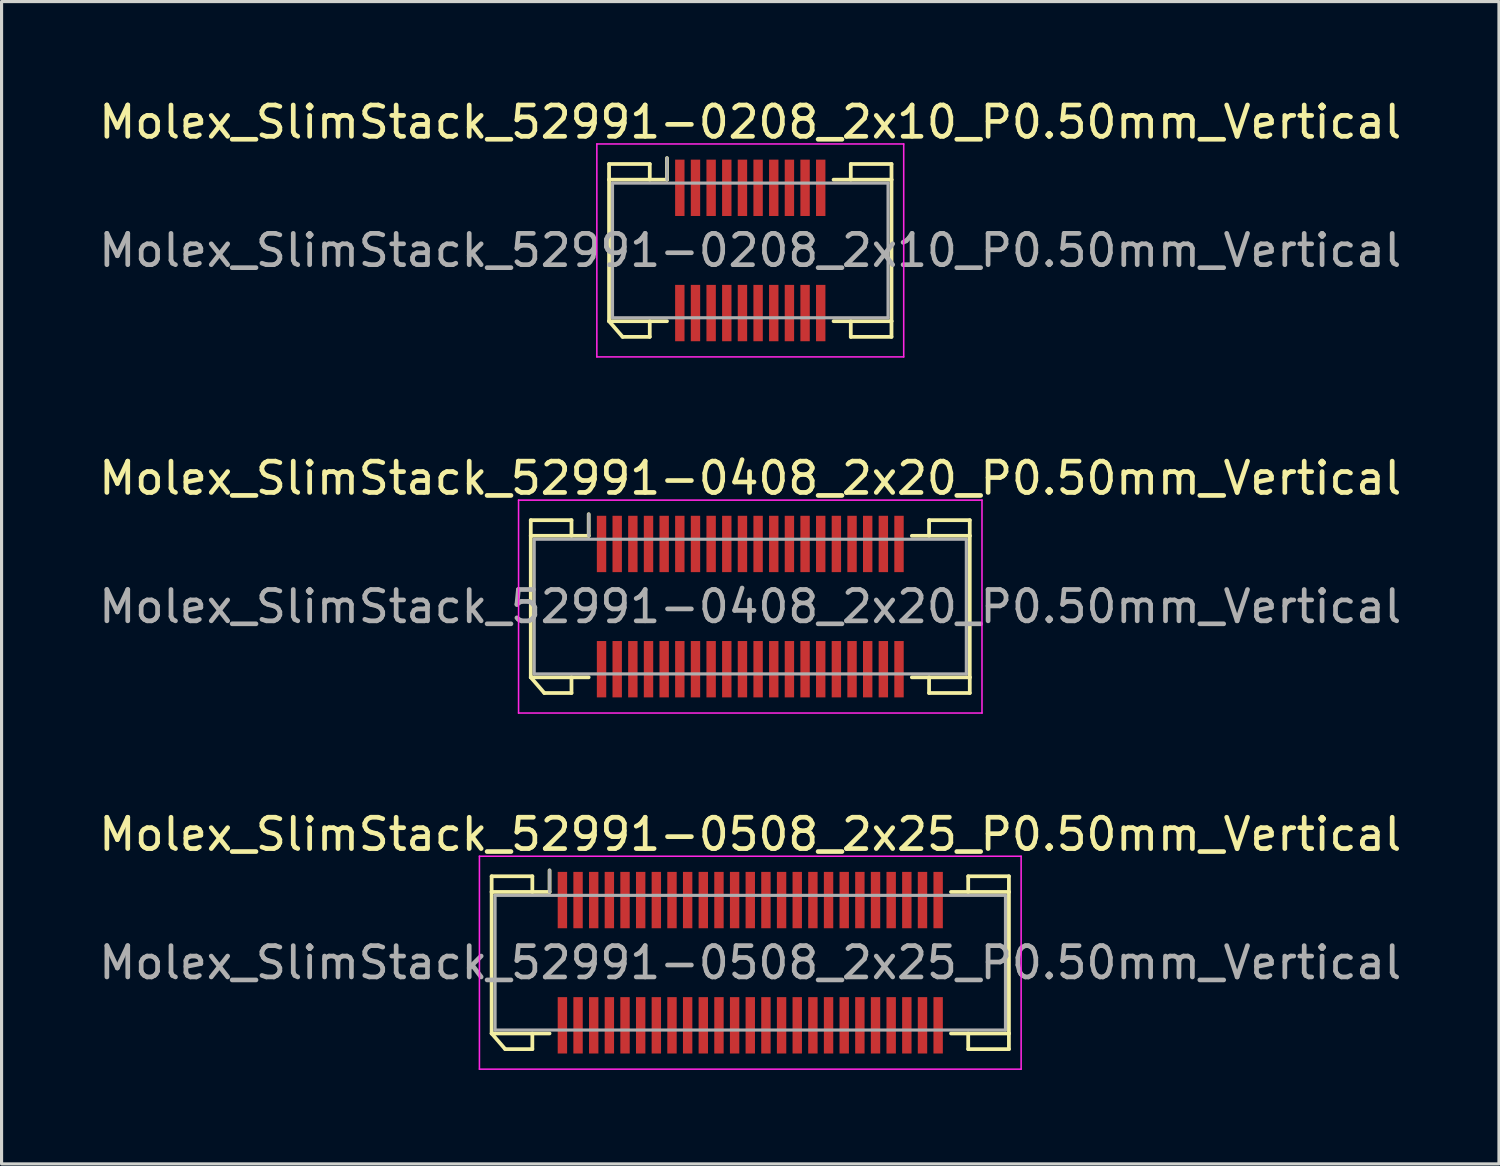
<source format=kicad_pcb>
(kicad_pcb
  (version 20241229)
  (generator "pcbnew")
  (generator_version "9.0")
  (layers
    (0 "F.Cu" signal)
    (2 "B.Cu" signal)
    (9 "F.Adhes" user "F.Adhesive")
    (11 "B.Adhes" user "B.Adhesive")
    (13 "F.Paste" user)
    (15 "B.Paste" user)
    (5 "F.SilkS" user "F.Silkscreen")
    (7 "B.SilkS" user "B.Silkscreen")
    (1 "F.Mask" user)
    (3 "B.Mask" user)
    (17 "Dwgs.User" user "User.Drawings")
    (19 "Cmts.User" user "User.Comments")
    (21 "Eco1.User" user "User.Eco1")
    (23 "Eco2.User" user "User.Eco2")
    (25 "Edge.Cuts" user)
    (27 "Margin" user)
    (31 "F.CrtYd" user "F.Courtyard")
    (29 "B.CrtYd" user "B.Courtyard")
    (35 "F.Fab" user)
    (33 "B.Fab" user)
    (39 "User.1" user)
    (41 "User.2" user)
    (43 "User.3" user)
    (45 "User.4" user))
  (footprint "Molex_SlimStack_52991-0208_2x10_P0.50mm_Vertical"
    (layer "F.Cu")
    (at 20.911 4.948)
    (property "Reference" "Molex_SlimStack_52991-0208_2x10_P0.50mm_Vertical" (at 0 -4.1 0) (layer "F.SilkS") (effects (font (size 1 1) (thickness 0.15))))
    (attr smd)
    (fp_line (start -4.51 -2.76) (end -3.21 -2.76) (stroke (width 0.12) (type solid)) (layer "F.SilkS"))
    (fp_line (start -4.51 -2.26) (end -4.51 -2.76) (stroke (width 0.12) (type solid)) (layer "F.SilkS"))
    (fp_line (start -4.51 -2.26) (end -2.66 -2.26) (stroke (width 0.12) (type solid)) (layer "F.SilkS"))
    (fp_line (start -4.51 2.26) (end -4.51 -2.26) (stroke (width 0.12) (type solid)) (layer "F.SilkS"))
    (fp_line (start -4.51 2.26) (end -4.077 2.76) (stroke (width 0.12) (type solid)) (layer "F.SilkS"))
    (fp_line (start -4.077 2.76) (end -3.21 2.76) (stroke (width 0.12) (type solid)) (layer "F.SilkS"))
    (fp_line (start -3.21 -2.76) (end -3.21 -2.26) (stroke (width 0.12) (type solid)) (layer "F.SilkS"))
    (fp_line (start -3.21 2.76) (end -3.21 2.26) (stroke (width 0.12) (type solid)) (layer "F.SilkS"))
    (fp_line (start -2.66 -2.26) (end -2.66 -2.95) (stroke (width 0.12) (type solid)) (layer "F.SilkS"))
    (fp_line (start -2.66 2.26) (end -4.51 2.26) (stroke (width 0.12) (type solid)) (layer "F.SilkS"))
    (fp_line (start 2.66 2.26) (end 4.51 2.26) (stroke (width 0.12) (type solid)) (layer "F.SilkS"))
    (fp_line (start 3.21 -2.76) (end 3.21 -2.26) (stroke (width 0.12) (type solid)) (layer "F.SilkS"))
    (fp_line (start 3.21 2.76) (end 3.21 2.26) (stroke (width 0.12) (type solid)) (layer "F.SilkS"))
    (fp_line (start 4.51 -2.76) (end 3.21 -2.76) (stroke (width 0.12) (type solid)) (layer "F.SilkS"))
    (fp_line (start 4.51 -2.26) (end 2.66 -2.26) (stroke (width 0.12) (type solid)) (layer "F.SilkS"))
    (fp_line (start 4.51 -2.26) (end 4.51 -2.76) (stroke (width 0.12) (type solid)) (layer "F.SilkS"))
    (fp_line (start 4.51 2.26) (end 4.51 -2.26) (stroke (width 0.12) (type solid)) (layer "F.SilkS"))
    (fp_line (start 4.51 2.26) (end 4.51 2.76) (stroke (width 0.12) (type solid)) (layer "F.SilkS"))
    (fp_line (start 4.51 2.76) (end 3.21 2.76) (stroke (width 0.12) (type solid)) (layer "F.SilkS"))
    (fp_line (start -4.9 -3.4) (end -4.9 3.4) (stroke (width 0.05) (type solid)) (layer "F.CrtYd"))
    (fp_line (start -4.9 3.4) (end 4.9 3.4) (stroke (width 0.05) (type solid)) (layer "F.CrtYd"))
    (fp_line (start 4.9 -3.4) (end -4.9 -3.4) (stroke (width 0.05) (type solid)) (layer "F.CrtYd"))
    (fp_line (start 4.9 3.4) (end 4.9 -3.4) (stroke (width 0.05) (type solid)) (layer "F.CrtYd"))
    (fp_line (start -4.4 -2.15) (end -4.4 2.15) (stroke (width 0.1) (type solid)) (layer "F.Fab"))
    (fp_line (start -4.4 2.15) (end 4.4 2.15) (stroke (width 0.1) (type solid)) (layer "F.Fab"))
    (fp_line (start -2.66 -2.26) (end -2.66 -2.95) (stroke (width 0.1) (type solid)) (layer "F.Fab"))
    (fp_line (start 4.4 -2.15) (end -4.4 -2.15) (stroke (width 0.1) (type solid)) (layer "F.Fab"))
    (fp_line (start 4.4 2.15) (end 4.4 -2.15) (stroke (width 0.1) (type solid)) (layer "F.Fab"))
    (fp_text user "${REFERENCE}" (at 0 0 0) (layer "F.Fab") (effects (font (size 1 1) (thickness 0.15))))
    (pad "1" smd rect (at -2.25 -2) (size 0.3 1.8) (layers "F.Cu" "F.Mask" "F.Paste"))
    (pad "2" smd rect (at -2.25 2) (size 0.3 1.8) (layers "F.Cu" "F.Mask" "F.Paste"))
    (pad "3" smd rect (at -1.75 -2) (size 0.3 1.8) (layers "F.Cu" "F.Mask" "F.Paste"))
    (pad "4" smd rect (at -1.75 2) (size 0.3 1.8) (layers "F.Cu" "F.Mask" "F.Paste"))
    (pad "5" smd rect (at -1.25 -2) (size 0.3 1.8) (layers "F.Cu" "F.Mask" "F.Paste"))
    (pad "6" smd rect (at -1.25 2) (size 0.3 1.8) (layers "F.Cu" "F.Mask" "F.Paste"))
    (pad "7" smd rect (at -0.75 -2) (size 0.3 1.8) (layers "F.Cu" "F.Mask" "F.Paste"))
    (pad "8" smd rect (at -0.75 2) (size 0.3 1.8) (layers "F.Cu" "F.Mask" "F.Paste"))
    (pad "9" smd rect (at -0.25 -2) (size 0.3 1.8) (layers "F.Cu" "F.Mask" "F.Paste"))
    (pad "10" smd rect (at -0.25 2) (size 0.3 1.8) (layers "F.Cu" "F.Mask" "F.Paste"))
    (pad "11" smd rect (at 0.25 -2) (size 0.3 1.8) (layers "F.Cu" "F.Mask" "F.Paste"))
    (pad "12" smd rect (at 0.25 2) (size 0.3 1.8) (layers "F.Cu" "F.Mask" "F.Paste"))
    (pad "13" smd rect (at 0.75 -2) (size 0.3 1.8) (layers "F.Cu" "F.Mask" "F.Paste"))
    (pad "14" smd rect (at 0.75 2) (size 0.3 1.8) (layers "F.Cu" "F.Mask" "F.Paste"))
    (pad "15" smd rect (at 1.25 -2) (size 0.3 1.8) (layers "F.Cu" "F.Mask" "F.Paste"))
    (pad "16" smd rect (at 1.25 2) (size 0.3 1.8) (layers "F.Cu" "F.Mask" "F.Paste"))
    (pad "17" smd rect (at 1.75 -2) (size 0.3 1.8) (layers "F.Cu" "F.Mask" "F.Paste"))
    (pad "18" smd rect (at 1.75 2) (size 0.3 1.8) (layers "F.Cu" "F.Mask" "F.Paste"))
    (pad "19" smd rect (at 2.25 -2) (size 0.3 1.8) (layers "F.Cu" "F.Mask" "F.Paste"))
    (pad "20" smd rect (at 2.25 2) (size 0.3 1.8) (layers "F.Cu" "F.Mask" "F.Paste")))
  (footprint "Molex_SlimStack_52991-0408_2x20_P0.50mm_Vertical"
    (layer "F.Cu")
    (at 20.911 16.322)
    (property "Reference" "Molex_SlimStack_52991-0408_2x20_P0.50mm_Vertical" (at 0 -4.1 0) (layer "F.SilkS") (effects (font (size 1 1) (thickness 0.15))))
    (attr smd)
    (fp_line (start -7.01 -2.76) (end -5.71 -2.76) (stroke (width 0.12) (type solid)) (layer "F.SilkS"))
    (fp_line (start -7.01 -2.26) (end -7.01 -2.76) (stroke (width 0.12) (type solid)) (layer "F.SilkS"))
    (fp_line (start -7.01 -2.26) (end -5.16 -2.26) (stroke (width 0.12) (type solid)) (layer "F.SilkS"))
    (fp_line (start -7.01 2.26) (end -7.01 -2.26) (stroke (width 0.12) (type solid)) (layer "F.SilkS"))
    (fp_line (start -7.01 2.26) (end -6.577 2.76) (stroke (width 0.12) (type solid)) (layer "F.SilkS"))
    (fp_line (start -6.577 2.76) (end -5.71 2.76) (stroke (width 0.12) (type solid)) (layer "F.SilkS"))
    (fp_line (start -5.71 -2.76) (end -5.71 -2.26) (stroke (width 0.12) (type solid)) (layer "F.SilkS"))
    (fp_line (start -5.71 2.76) (end -5.71 2.26) (stroke (width 0.12) (type solid)) (layer "F.SilkS"))
    (fp_line (start -5.16 -2.26) (end -5.16 -2.95) (stroke (width 0.12) (type solid)) (layer "F.SilkS"))
    (fp_line (start -5.16 2.26) (end -7.01 2.26) (stroke (width 0.12) (type solid)) (layer "F.SilkS"))
    (fp_line (start 5.16 2.26) (end 7.01 2.26) (stroke (width 0.12) (type solid)) (layer "F.SilkS"))
    (fp_line (start 5.71 -2.76) (end 5.71 -2.26) (stroke (width 0.12) (type solid)) (layer "F.SilkS"))
    (fp_line (start 5.71 2.76) (end 5.71 2.26) (stroke (width 0.12) (type solid)) (layer "F.SilkS"))
    (fp_line (start 7.01 -2.76) (end 5.71 -2.76) (stroke (width 0.12) (type solid)) (layer "F.SilkS"))
    (fp_line (start 7.01 -2.26) (end 5.16 -2.26) (stroke (width 0.12) (type solid)) (layer "F.SilkS"))
    (fp_line (start 7.01 -2.26) (end 7.01 -2.76) (stroke (width 0.12) (type solid)) (layer "F.SilkS"))
    (fp_line (start 7.01 2.26) (end 7.01 -2.26) (stroke (width 0.12) (type solid)) (layer "F.SilkS"))
    (fp_line (start 7.01 2.26) (end 7.01 2.76) (stroke (width 0.12) (type solid)) (layer "F.SilkS"))
    (fp_line (start 7.01 2.76) (end 5.71 2.76) (stroke (width 0.12) (type solid)) (layer "F.SilkS"))
    (fp_line (start -7.4 -3.4) (end -7.4 3.4) (stroke (width 0.05) (type solid)) (layer "F.CrtYd"))
    (fp_line (start -7.4 3.4) (end 7.4 3.4) (stroke (width 0.05) (type solid)) (layer "F.CrtYd"))
    (fp_line (start 7.4 -3.4) (end -7.4 -3.4) (stroke (width 0.05) (type solid)) (layer "F.CrtYd"))
    (fp_line (start 7.4 3.4) (end 7.4 -3.4) (stroke (width 0.05) (type solid)) (layer "F.CrtYd"))
    (fp_line (start -6.9 -2.15) (end -6.9 2.15) (stroke (width 0.1) (type solid)) (layer "F.Fab"))
    (fp_line (start -6.9 2.15) (end 6.9 2.15) (stroke (width 0.1) (type solid)) (layer "F.Fab"))
    (fp_line (start -5.16 -2.26) (end -5.16 -2.95) (stroke (width 0.1) (type solid)) (layer "F.Fab"))
    (fp_line (start 6.9 -2.15) (end -6.9 -2.15) (stroke (width 0.1) (type solid)) (layer "F.Fab"))
    (fp_line (start 6.9 2.15) (end 6.9 -2.15) (stroke (width 0.1) (type solid)) (layer "F.Fab"))
    (fp_text user "${REFERENCE}" (at 0 0 0) (layer "F.Fab") (effects (font (size 1 1) (thickness 0.15))))
    (pad "1" smd rect (at -4.75 -2) (size 0.3 1.8) (layers "F.Cu" "F.Mask" "F.Paste"))
    (pad "2" smd rect (at -4.75 2) (size 0.3 1.8) (layers "F.Cu" "F.Mask" "F.Paste"))
    (pad "3" smd rect (at -4.25 -2) (size 0.3 1.8) (layers "F.Cu" "F.Mask" "F.Paste"))
    (pad "4" smd rect (at -4.25 2) (size 0.3 1.8) (layers "F.Cu" "F.Mask" "F.Paste"))
    (pad "5" smd rect (at -3.75 -2) (size 0.3 1.8) (layers "F.Cu" "F.Mask" "F.Paste"))
    (pad "6" smd rect (at -3.75 2) (size 0.3 1.8) (layers "F.Cu" "F.Mask" "F.Paste"))
    (pad "7" smd rect (at -3.25 -2) (size 0.3 1.8) (layers "F.Cu" "F.Mask" "F.Paste"))
    (pad "8" smd rect (at -3.25 2) (size 0.3 1.8) (layers "F.Cu" "F.Mask" "F.Paste"))
    (pad "9" smd rect (at -2.75 -2) (size 0.3 1.8) (layers "F.Cu" "F.Mask" "F.Paste"))
    (pad "10" smd rect (at -2.75 2) (size 0.3 1.8) (layers "F.Cu" "F.Mask" "F.Paste"))
    (pad "11" smd rect (at -2.25 -2) (size 0.3 1.8) (layers "F.Cu" "F.Mask" "F.Paste"))
    (pad "12" smd rect (at -2.25 2) (size 0.3 1.8) (layers "F.Cu" "F.Mask" "F.Paste"))
    (pad "13" smd rect (at -1.75 -2) (size 0.3 1.8) (layers "F.Cu" "F.Mask" "F.Paste"))
    (pad "14" smd rect (at -1.75 2) (size 0.3 1.8) (layers "F.Cu" "F.Mask" "F.Paste"))
    (pad "15" smd rect (at -1.25 -2) (size 0.3 1.8) (layers "F.Cu" "F.Mask" "F.Paste"))
    (pad "16" smd rect (at -1.25 2) (size 0.3 1.8) (layers "F.Cu" "F.Mask" "F.Paste"))
    (pad "17" smd rect (at -0.75 -2) (size 0.3 1.8) (layers "F.Cu" "F.Mask" "F.Paste"))
    (pad "18" smd rect (at -0.75 2) (size 0.3 1.8) (layers "F.Cu" "F.Mask" "F.Paste"))
    (pad "19" smd rect (at -0.25 -2) (size 0.3 1.8) (layers "F.Cu" "F.Mask" "F.Paste"))
    (pad "20" smd rect (at -0.25 2) (size 0.3 1.8) (layers "F.Cu" "F.Mask" "F.Paste"))
    (pad "21" smd rect (at 0.25 -2) (size 0.3 1.8) (layers "F.Cu" "F.Mask" "F.Paste"))
    (pad "22" smd rect (at 0.25 2) (size 0.3 1.8) (layers "F.Cu" "F.Mask" "F.Paste"))
    (pad "23" smd rect (at 0.75 -2) (size 0.3 1.8) (layers "F.Cu" "F.Mask" "F.Paste"))
    (pad "24" smd rect (at 0.75 2) (size 0.3 1.8) (layers "F.Cu" "F.Mask" "F.Paste"))
    (pad "25" smd rect (at 1.25 -2) (size 0.3 1.8) (layers "F.Cu" "F.Mask" "F.Paste"))
    (pad "26" smd rect (at 1.25 2) (size 0.3 1.8) (layers "F.Cu" "F.Mask" "F.Paste"))
    (pad "27" smd rect (at 1.75 -2) (size 0.3 1.8) (layers "F.Cu" "F.Mask" "F.Paste"))
    (pad "28" smd rect (at 1.75 2) (size 0.3 1.8) (layers "F.Cu" "F.Mask" "F.Paste"))
    (pad "29" smd rect (at 2.25 -2) (size 0.3 1.8) (layers "F.Cu" "F.Mask" "F.Paste"))
    (pad "30" smd rect (at 2.25 2) (size 0.3 1.8) (layers "F.Cu" "F.Mask" "F.Paste"))
    (pad "31" smd rect (at 2.75 -2) (size 0.3 1.8) (layers "F.Cu" "F.Mask" "F.Paste"))
    (pad "32" smd rect (at 2.75 2) (size 0.3 1.8) (layers "F.Cu" "F.Mask" "F.Paste"))
    (pad "33" smd rect (at 3.25 -2) (size 0.3 1.8) (layers "F.Cu" "F.Mask" "F.Paste"))
    (pad "34" smd rect (at 3.25 2) (size 0.3 1.8) (layers "F.Cu" "F.Mask" "F.Paste"))
    (pad "35" smd rect (at 3.75 -2) (size 0.3 1.8) (layers "F.Cu" "F.Mask" "F.Paste"))
    (pad "36" smd rect (at 3.75 2) (size 0.3 1.8) (layers "F.Cu" "F.Mask" "F.Paste"))
    (pad "37" smd rect (at 4.25 -2) (size 0.3 1.8) (layers "F.Cu" "F.Mask" "F.Paste"))
    (pad "38" smd rect (at 4.25 2) (size 0.3 1.8) (layers "F.Cu" "F.Mask" "F.Paste"))
    (pad "39" smd rect (at 4.75 -2) (size 0.3 1.8) (layers "F.Cu" "F.Mask" "F.Paste"))
    (pad "40" smd rect (at 4.75 2) (size 0.3 1.8) (layers "F.Cu" "F.Mask" "F.Paste")))
  (footprint "Molex_SlimStack_52991-0508_2x25_P0.50mm_Vertical"
    (layer "F.Cu")
    (at 20.911 27.695)
    (property "Reference" "Molex_SlimStack_52991-0508_2x25_P0.50mm_Vertical" (at 0 -4.1 0) (layer "F.SilkS") (effects (font (size 1 1) (thickness 0.15))))
    (attr smd)
    (fp_line (start -8.26 -2.76) (end -6.96 -2.76) (stroke (width 0.12) (type solid)) (layer "F.SilkS"))
    (fp_line (start -8.26 -2.26) (end -8.26 -2.76) (stroke (width 0.12) (type solid)) (layer "F.SilkS"))
    (fp_line (start -8.26 -2.26) (end -6.41 -2.26) (stroke (width 0.12) (type solid)) (layer "F.SilkS"))
    (fp_line (start -8.26 2.26) (end -8.26 -2.26) (stroke (width 0.12) (type solid)) (layer "F.SilkS"))
    (fp_line (start -8.26 2.26) (end -7.827 2.76) (stroke (width 0.12) (type solid)) (layer "F.SilkS"))
    (fp_line (start -7.827 2.76) (end -6.96 2.76) (stroke (width 0.12) (type solid)) (layer "F.SilkS"))
    (fp_line (start -6.96 -2.76) (end -6.96 -2.26) (stroke (width 0.12) (type solid)) (layer "F.SilkS"))
    (fp_line (start -6.96 2.76) (end -6.96 2.26) (stroke (width 0.12) (type solid)) (layer "F.SilkS"))
    (fp_line (start -6.41 -2.26) (end -6.41 -2.95) (stroke (width 0.12) (type solid)) (layer "F.SilkS"))
    (fp_line (start -6.41 2.26) (end -8.26 2.26) (stroke (width 0.12) (type solid)) (layer "F.SilkS"))
    (fp_line (start 6.41 2.26) (end 8.26 2.26) (stroke (width 0.12) (type solid)) (layer "F.SilkS"))
    (fp_line (start 6.96 -2.76) (end 6.96 -2.26) (stroke (width 0.12) (type solid)) (layer "F.SilkS"))
    (fp_line (start 6.96 2.76) (end 6.96 2.26) (stroke (width 0.12) (type solid)) (layer "F.SilkS"))
    (fp_line (start 8.26 -2.76) (end 6.96 -2.76) (stroke (width 0.12) (type solid)) (layer "F.SilkS"))
    (fp_line (start 8.26 -2.26) (end 6.41 -2.26) (stroke (width 0.12) (type solid)) (layer "F.SilkS"))
    (fp_line (start 8.26 -2.26) (end 8.26 -2.76) (stroke (width 0.12) (type solid)) (layer "F.SilkS"))
    (fp_line (start 8.26 2.26) (end 8.26 -2.26) (stroke (width 0.12) (type solid)) (layer "F.SilkS"))
    (fp_line (start 8.26 2.26) (end 8.26 2.76) (stroke (width 0.12) (type solid)) (layer "F.SilkS"))
    (fp_line (start 8.26 2.76) (end 6.96 2.76) (stroke (width 0.12) (type solid)) (layer "F.SilkS"))
    (fp_line (start -8.65 -3.4) (end -8.65 3.4) (stroke (width 0.05) (type solid)) (layer "F.CrtYd"))
    (fp_line (start -8.65 3.4) (end 8.65 3.4) (stroke (width 0.05) (type solid)) (layer "F.CrtYd"))
    (fp_line (start 8.65 -3.4) (end -8.65 -3.4) (stroke (width 0.05) (type solid)) (layer "F.CrtYd"))
    (fp_line (start 8.65 3.4) (end 8.65 -3.4) (stroke (width 0.05) (type solid)) (layer "F.CrtYd"))
    (fp_line (start -8.15 -2.15) (end -8.15 2.15) (stroke (width 0.1) (type solid)) (layer "F.Fab"))
    (fp_line (start -8.15 2.15) (end 8.15 2.15) (stroke (width 0.1) (type solid)) (layer "F.Fab"))
    (fp_line (start -6.41 -2.26) (end -6.41 -2.95) (stroke (width 0.1) (type solid)) (layer "F.Fab"))
    (fp_line (start 8.15 -2.15) (end -8.15 -2.15) (stroke (width 0.1) (type solid)) (layer "F.Fab"))
    (fp_line (start 8.15 2.15) (end 8.15 -2.15) (stroke (width 0.1) (type solid)) (layer "F.Fab"))
    (fp_text user "${REFERENCE}" (at 0 0 0) (layer "F.Fab") (effects (font (size 1 1) (thickness 0.15))))
    (pad "1" smd rect (at -6 -2) (size 0.3 1.8) (layers "F.Cu" "F.Mask" "F.Paste"))
    (pad "2" smd rect (at -6 2) (size 0.3 1.8) (layers "F.Cu" "F.Mask" "F.Paste"))
    (pad "3" smd rect (at -5.5 -2) (size 0.3 1.8) (layers "F.Cu" "F.Mask" "F.Paste"))
    (pad "4" smd rect (at -5.5 2) (size 0.3 1.8) (layers "F.Cu" "F.Mask" "F.Paste"))
    (pad "5" smd rect (at -5 -2) (size 0.3 1.8) (layers "F.Cu" "F.Mask" "F.Paste"))
    (pad "6" smd rect (at -5 2) (size 0.3 1.8) (layers "F.Cu" "F.Mask" "F.Paste"))
    (pad "7" smd rect (at -4.5 -2) (size 0.3 1.8) (layers "F.Cu" "F.Mask" "F.Paste"))
    (pad "8" smd rect (at -4.5 2) (size 0.3 1.8) (layers "F.Cu" "F.Mask" "F.Paste"))
    (pad "9" smd rect (at -4 -2) (size 0.3 1.8) (layers "F.Cu" "F.Mask" "F.Paste"))
    (pad "10" smd rect (at -4 2) (size 0.3 1.8) (layers "F.Cu" "F.Mask" "F.Paste"))
    (pad "11" smd rect (at -3.5 -2) (size 0.3 1.8) (layers "F.Cu" "F.Mask" "F.Paste"))
    (pad "12" smd rect (at -3.5 2) (size 0.3 1.8) (layers "F.Cu" "F.Mask" "F.Paste"))
    (pad "13" smd rect (at -3 -2) (size 0.3 1.8) (layers "F.Cu" "F.Mask" "F.Paste"))
    (pad "14" smd rect (at -3 2) (size 0.3 1.8) (layers "F.Cu" "F.Mask" "F.Paste"))
    (pad "15" smd rect (at -2.5 -2) (size 0.3 1.8) (layers "F.Cu" "F.Mask" "F.Paste"))
    (pad "16" smd rect (at -2.5 2) (size 0.3 1.8) (layers "F.Cu" "F.Mask" "F.Paste"))
    (pad "17" smd rect (at -2 -2) (size 0.3 1.8) (layers "F.Cu" "F.Mask" "F.Paste"))
    (pad "18" smd rect (at -2 2) (size 0.3 1.8) (layers "F.Cu" "F.Mask" "F.Paste"))
    (pad "19" smd rect (at -1.5 -2) (size 0.3 1.8) (layers "F.Cu" "F.Mask" "F.Paste"))
    (pad "20" smd rect (at -1.5 2) (size 0.3 1.8) (layers "F.Cu" "F.Mask" "F.Paste"))
    (pad "21" smd rect (at -1 -2) (size 0.3 1.8) (layers "F.Cu" "F.Mask" "F.Paste"))
    (pad "22" smd rect (at -1 2) (size 0.3 1.8) (layers "F.Cu" "F.Mask" "F.Paste"))
    (pad "23" smd rect (at -0.5 -2) (size 0.3 1.8) (layers "F.Cu" "F.Mask" "F.Paste"))
    (pad "24" smd rect (at -0.5 2) (size 0.3 1.8) (layers "F.Cu" "F.Mask" "F.Paste"))
    (pad "25" smd rect (at 0 -2) (size 0.3 1.8) (layers "F.Cu" "F.Mask" "F.Paste"))
    (pad "26" smd rect (at 0 2) (size 0.3 1.8) (layers "F.Cu" "F.Mask" "F.Paste"))
    (pad "27" smd rect (at 0.5 -2) (size 0.3 1.8) (layers "F.Cu" "F.Mask" "F.Paste"))
    (pad "28" smd rect (at 0.5 2) (size 0.3 1.8) (layers "F.Cu" "F.Mask" "F.Paste"))
    (pad "29" smd rect (at 1 -2) (size 0.3 1.8) (layers "F.Cu" "F.Mask" "F.Paste"))
    (pad "30" smd rect (at 1 2) (size 0.3 1.8) (layers "F.Cu" "F.Mask" "F.Paste"))
    (pad "31" smd rect (at 1.5 -2) (size 0.3 1.8) (layers "F.Cu" "F.Mask" "F.Paste"))
    (pad "32" smd rect (at 1.5 2) (size 0.3 1.8) (layers "F.Cu" "F.Mask" "F.Paste"))
    (pad "33" smd rect (at 2 -2) (size 0.3 1.8) (layers "F.Cu" "F.Mask" "F.Paste"))
    (pad "34" smd rect (at 2 2) (size 0.3 1.8) (layers "F.Cu" "F.Mask" "F.Paste"))
    (pad "35" smd rect (at 2.5 -2) (size 0.3 1.8) (layers "F.Cu" "F.Mask" "F.Paste"))
    (pad "36" smd rect (at 2.5 2) (size 0.3 1.8) (layers "F.Cu" "F.Mask" "F.Paste"))
    (pad "37" smd rect (at 3 -2) (size 0.3 1.8) (layers "F.Cu" "F.Mask" "F.Paste"))
    (pad "38" smd rect (at 3 2) (size 0.3 1.8) (layers "F.Cu" "F.Mask" "F.Paste"))
    (pad "39" smd rect (at 3.5 -2) (size 0.3 1.8) (layers "F.Cu" "F.Mask" "F.Paste"))
    (pad "40" smd rect (at 3.5 2) (size 0.3 1.8) (layers "F.Cu" "F.Mask" "F.Paste"))
    (pad "41" smd rect (at 4 -2) (size 0.3 1.8) (layers "F.Cu" "F.Mask" "F.Paste"))
    (pad "42" smd rect (at 4 2) (size 0.3 1.8) (layers "F.Cu" "F.Mask" "F.Paste"))
    (pad "43" smd rect (at 4.5 -2) (size 0.3 1.8) (layers "F.Cu" "F.Mask" "F.Paste"))
    (pad "44" smd rect (at 4.5 2) (size 0.3 1.8) (layers "F.Cu" "F.Mask" "F.Paste"))
    (pad "45" smd rect (at 5 -2) (size 0.3 1.8) (layers "F.Cu" "F.Mask" "F.Paste"))
    (pad "46" smd rect (at 5 2) (size 0.3 1.8) (layers "F.Cu" "F.Mask" "F.Paste"))
    (pad "47" smd rect (at 5.5 -2) (size 0.3 1.8) (layers "F.Cu" "F.Mask" "F.Paste"))
    (pad "48" smd rect (at 5.5 2) (size 0.3 1.8) (layers "F.Cu" "F.Mask" "F.Paste"))
    (pad "49" smd rect (at 6 -2) (size 0.3 1.8) (layers "F.Cu" "F.Mask" "F.Paste"))
    (pad "50" smd rect (at 6 2) (size 0.3 1.8) (layers "F.Cu" "F.Mask" "F.Paste")))
  (gr_rect
    (start -3 -3)
    (end 44.821 34.12)
    (stroke (width 0.1) (type default))
    (fill no)
    (layer "Edge.Cuts")))
</source>
